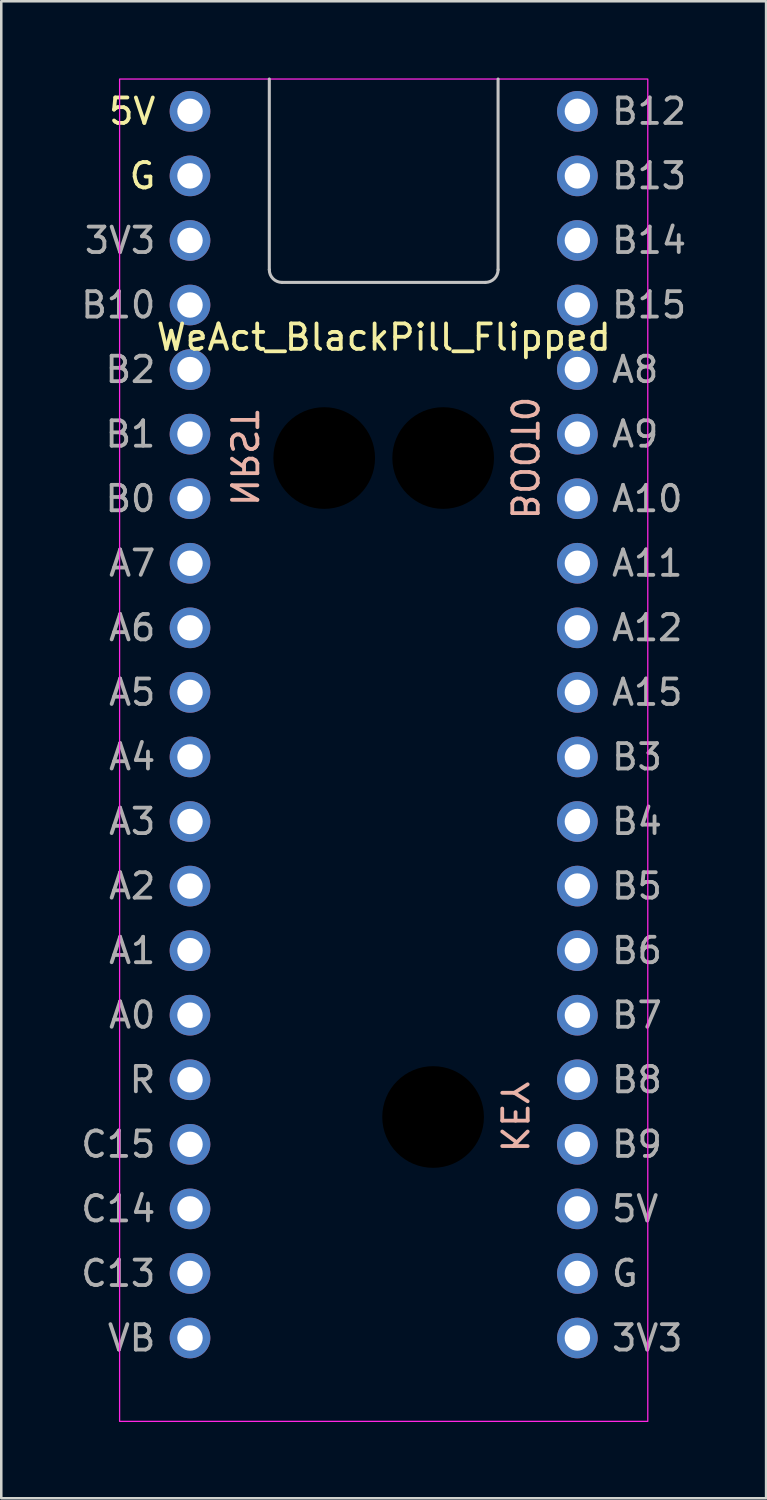
<source format=kicad_pcb>
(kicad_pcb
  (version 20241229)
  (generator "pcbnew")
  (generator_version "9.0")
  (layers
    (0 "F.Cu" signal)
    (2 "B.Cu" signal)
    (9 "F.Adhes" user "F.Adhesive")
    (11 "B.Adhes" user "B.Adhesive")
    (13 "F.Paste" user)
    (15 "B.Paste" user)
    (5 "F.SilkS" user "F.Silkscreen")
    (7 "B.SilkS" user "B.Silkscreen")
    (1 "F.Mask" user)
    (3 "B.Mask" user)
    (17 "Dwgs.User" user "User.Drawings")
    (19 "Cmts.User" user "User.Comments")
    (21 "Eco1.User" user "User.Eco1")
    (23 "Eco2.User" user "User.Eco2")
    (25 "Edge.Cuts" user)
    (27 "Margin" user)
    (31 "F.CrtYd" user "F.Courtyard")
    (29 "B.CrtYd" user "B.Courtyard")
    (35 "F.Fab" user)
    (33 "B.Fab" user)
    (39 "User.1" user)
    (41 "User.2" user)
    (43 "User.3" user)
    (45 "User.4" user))
  (footprint "WeAct_BlackPill_Flipped"
    (layer "F.Cu")
    (at 4.425 1.33)
    (property "Reference" "WeAct_BlackPill_Flipped" (at 7.62 8.89 0) (unlocked yes) (layer "F.SilkS") (effects (font (size 1 1) (thickness 0.15))))
    (attr through_hole)
    (fp_line (start 3.12 -1.27) (end 3.12 6.23) (stroke (width 0.12) (type solid)) (layer "Dwgs.User"))
    (fp_line (start 11.62 6.73) (end 3.62 6.73) (stroke (width 0.12) (type solid)) (layer "Dwgs.User"))
    (fp_line (start 12.12 -1.27) (end 12.12 6.23) (stroke (width 0.12) (type solid)) (layer "Dwgs.User"))
    (fp_arc (start 3.62 6.73) (mid 3.266447 6.583553) (end 3.12 6.23) (stroke (width 0.12) (type solid)) (layer "Dwgs.User"))
    (fp_arc (start 12.12 6.23) (mid 11.973553 6.583553) (end 11.62 6.73) (stroke (width 0.12) (type solid)) (layer "Dwgs.User"))
    (fp_rect (start -2.77 -1.27) (end 18.01 51.54) (stroke (width 0.05) (type solid)) (fill no) (layer "F.CrtYd"))
    (fp_text user "5V" (at -1.27 0 0) (unlocked yes) (layer "F.SilkS") (effects (font (size 1 1) (thickness 0.15)) (justify right)))
    (fp_text user "G" (at -1.27 2.54 0) (unlocked yes) (layer "F.SilkS") (effects (font (size 1 1) (thickness 0.15)) (justify right)))
    (fp_text user "KEY" (at 12.739 39.565 270) (unlocked yes) (layer "B.SilkS") (effects (font (size 1 1) (thickness 0.15)) (justify mirror)))
    (fp_text user "BOOT0" (at 13.135 13.64 270) (unlocked yes) (layer "B.SilkS") (effects (font (size 1 1) (thickness 0.15)) (justify mirror)))
    (fp_text user "NRST" (at 2.105 13.64 270) (unlocked yes) (layer "B.SilkS") (effects (font (size 1 1) (thickness 0.15)) (justify mirror)))
    (fp_text user "A8" (at 16.51 10.16 0) (unlocked yes) (layer "F.Fab") (effects (font (size 1 1) (thickness 0.15)) (justify left)))
    (fp_text user "B4" (at 16.51 27.94 0) (unlocked yes) (layer "F.Fab") (effects (font (size 1 1) (thickness 0.15)) (justify left)))
    (fp_text user "3V3" (at 16.51 48.26 0) (unlocked yes) (layer "F.Fab") (effects (font (size 1 1) (thickness 0.15)) (justify left)))
    (fp_text user "B9" (at 16.51 40.64 0) (unlocked yes) (layer "F.Fab") (effects (font (size 1 1) (thickness 0.15)) (justify left)))
    (fp_text user "A11" (at 16.51 17.78 0) (unlocked yes) (layer "F.Fab") (effects (font (size 1 1) (thickness 0.15)) (justify left)))
    (fp_text user "C14" (at -1.27 43.18 0) (unlocked yes) (layer "F.Fab") (effects (font (size 1 1) (thickness 0.15)) (justify right)))
    (fp_text user "A7" (at -1.27 17.78 0) (unlocked yes) (layer "F.Fab") (effects (font (size 1 1) (thickness 0.15)) (justify right)))
    (fp_text user "B3" (at 16.51 25.4 0) (unlocked yes) (layer "F.Fab") (effects (font (size 1 1) (thickness 0.15)) (justify left)))
    (fp_text user "A9" (at 16.51 12.7 0) (unlocked yes) (layer "F.Fab") (effects (font (size 1 1) (thickness 0.15)) (justify left)))
    (fp_text user "A12" (at 16.51 20.32 0) (unlocked yes) (layer "F.Fab") (effects (font (size 1 1) (thickness 0.15)) (justify left)))
    (fp_text user "A0" (at -1.27 35.56 0) (unlocked yes) (layer "F.Fab") (effects (font (size 1 1) (thickness 0.15)) (justify right)))
    (fp_text user "B6" (at 16.51 33.02 0) (unlocked yes) (layer "F.Fab") (effects (font (size 1 1) (thickness 0.15)) (justify left)))
    (fp_text user "B15" (at 16.51 7.62 0) (unlocked yes) (layer "F.Fab") (effects (font (size 1 1) (thickness 0.15)) (justify left)))
    (fp_text user "B2" (at -1.27 10.16 0) (unlocked yes) (layer "F.Fab") (effects (font (size 1 1) (thickness 0.15)) (justify right)))
    (fp_text user "A4" (at -1.27 25.4 0) (unlocked yes) (layer "F.Fab") (effects (font (size 1 1) (thickness 0.15)) (justify right)))
    (fp_text user "B10" (at -1.27 7.62 0) (unlocked yes) (layer "F.Fab") (effects (font (size 1 1) (thickness 0.15)) (justify right)))
    (fp_text user "B12" (at 16.51 0 0) (unlocked yes) (layer "F.Fab") (effects (font (size 1 1) (thickness 0.15)) (justify left)))
    (fp_text user "A2" (at -1.27 30.48 0) (unlocked yes) (layer "F.Fab") (effects (font (size 1 1) (thickness 0.15)) (justify right)))
    (fp_text user "5V" (at 16.51 43.18 0) (unlocked yes) (layer "F.Fab") (effects (font (size 1 1) (thickness 0.15)) (justify left)))
    (fp_text user "A1" (at -1.27 33.02 0) (unlocked yes) (layer "F.Fab") (effects (font (size 1 1) (thickness 0.15)) (justify right)))
    (fp_text user "C13" (at -1.27 45.72 0) (unlocked yes) (layer "F.Fab") (effects (font (size 1 1) (thickness 0.15)) (justify right)))
    (fp_text user "C15" (at -1.27 40.64 0) (unlocked yes) (layer "F.Fab") (effects (font (size 1 1) (thickness 0.15)) (justify right)))
    (fp_text user "R" (at -1.27 38.1 0) (unlocked yes) (layer "F.Fab") (effects (font (size 1 1) (thickness 0.15)) (justify right)))
    (fp_text user "3V3" (at -1.27 5.08 0) (unlocked yes) (layer "F.Fab") (effects (font (size 1 1) (thickness 0.15)) (justify right)))
    (fp_text user "A10" (at 16.51 15.24 0) (unlocked yes) (layer "F.Fab") (effects (font (size 1 1) (thickness 0.15)) (justify left)))
    (fp_text user "A6" (at -1.27 20.32 0) (unlocked yes) (layer "F.Fab") (effects (font (size 1 1) (thickness 0.15)) (justify right)))
    (fp_text user "A15" (at 16.51 22.86 0) (unlocked yes) (layer "F.Fab") (effects (font (size 1 1) (thickness 0.15)) (justify left)))
    (fp_text user "B5" (at 16.51 30.48 0) (unlocked yes) (layer "F.Fab") (effects (font (size 1 1) (thickness 0.15)) (justify left)))
    (fp_text user "B7" (at 16.51 35.56 0) (unlocked yes) (layer "F.Fab") (effects (font (size 1 1) (thickness 0.15)) (justify left)))
    (fp_text user "G" (at 16.51 45.72 0) (unlocked yes) (layer "F.Fab") (effects (font (size 1 1) (thickness 0.15)) (justify left)))
    (fp_text user "VB" (at -1.27 48.26 0) (unlocked yes) (layer "F.Fab") (effects (font (size 1 1) (thickness 0.15)) (justify right)))
    (fp_text user "A5" (at -1.27 22.86 0) (unlocked yes) (layer "F.Fab") (effects (font (size 1 1) (thickness 0.15)) (justify right)))
    (fp_text user "B8" (at 16.51 38.1 0) (unlocked yes) (layer "F.Fab") (effects (font (size 1 1) (thickness 0.15)) (justify left)))
    (fp_text user "A3" (at -1.27 27.94 0) (unlocked yes) (layer "F.Fab") (effects (font (size 1 1) (thickness 0.15)) (justify right)))
    (fp_text user "B14" (at 16.51 5.08 0) (unlocked yes) (layer "F.Fab") (effects (font (size 1 1) (thickness 0.15)) (justify left)))
    (fp_text user "B0" (at -1.27 15.24 0) (unlocked yes) (layer "F.Fab") (effects (font (size 1 1) (thickness 0.15)) (justify right)))
    (fp_text user "B1" (at -1.27 12.7 0) (unlocked yes) (layer "F.Fab") (effects (font (size 1 1) (thickness 0.15)) (justify right)))
    (fp_text user "B13" (at 16.51 2.54 0) (unlocked yes) (layer "F.Fab") (effects (font (size 1 1) (thickness 0.15)) (justify left)))
    (pad "" np_thru_hole circle (at 5.28 13.64) (size 4 4) (drill 4) (layers "*.Mask"))
    (pad "" np_thru_hole circle (at 9.564 39.565) (size 4 4) (drill 4) (layers "*.Mask"))
    (pad "" np_thru_hole circle (at 9.96 13.64) (size 4 4) (drill 4) (layers "*.Mask"))
    (pad "1" thru_hole circle (at 0 0) (size 1.6 1.6) (drill 1) (layers "*.Cu" "*.Mask"))
    (pad "2" thru_hole circle (at 0 2.54) (size 1.6 1.6) (drill 1) (layers "*.Cu" "*.Mask"))
    (pad "3" thru_hole circle (at 0 5.08) (size 1.6 1.6) (drill 1) (layers "*.Cu" "*.Mask"))
    (pad "4" thru_hole circle (at 0 7.62) (size 1.6 1.6) (drill 1) (layers "*.Cu" "*.Mask"))
    (pad "5" thru_hole circle (at 0 10.16) (size 1.6 1.6) (drill 1) (layers "*.Cu" "*.Mask"))
    (pad "6" thru_hole circle (at 0 12.7) (size 1.6 1.6) (drill 1) (layers "*.Cu" "*.Mask"))
    (pad "7" thru_hole circle (at 0 15.24) (size 1.6 1.6) (drill 1) (layers "*.Cu" "*.Mask"))
    (pad "8" thru_hole circle (at 0 17.78) (size 1.6 1.6) (drill 1) (layers "*.Cu" "*.Mask"))
    (pad "9" thru_hole circle (at 0 20.32) (size 1.6 1.6) (drill 1) (layers "*.Cu" "*.Mask"))
    (pad "10" thru_hole circle (at 0 22.86) (size 1.6 1.6) (drill 1) (layers "*.Cu" "*.Mask"))
    (pad "11" thru_hole circle (at 0 25.4) (size 1.6 1.6) (drill 1) (layers "*.Cu" "*.Mask"))
    (pad "12" thru_hole circle (at 0 27.94) (size 1.6 1.6) (drill 1) (layers "*.Cu" "*.Mask"))
    (pad "13" thru_hole circle (at 0 30.48) (size 1.6 1.6) (drill 1) (layers "*.Cu" "*.Mask"))
    (pad "14" thru_hole circle (at 0 33.02) (size 1.6 1.6) (drill 1) (layers "*.Cu" "*.Mask"))
    (pad "15" thru_hole circle (at 0 35.56) (size 1.6 1.6) (drill 1) (layers "*.Cu" "*.Mask"))
    (pad "16" thru_hole circle (at 0 38.1) (size 1.6 1.6) (drill 1) (layers "*.Cu" "*.Mask"))
    (pad "17" thru_hole circle (at 0 40.64) (size 1.6 1.6) (drill 1) (layers "*.Cu" "*.Mask"))
    (pad "18" thru_hole circle (at 0 43.18) (size 1.6 1.6) (drill 1) (layers "*.Cu" "*.Mask"))
    (pad "19" thru_hole circle (at 0 45.72) (size 1.6 1.6) (drill 1) (layers "*.Cu" "*.Mask"))
    (pad "20" thru_hole circle (at 0 48.26) (size 1.6 1.6) (drill 1) (layers "*.Cu" "*.Mask"))
    (pad "21" thru_hole circle (at 15.24 48.26) (size 1.6 1.6) (drill 1) (layers "*.Cu" "*.Mask"))
    (pad "22" thru_hole circle (at 15.24 45.72) (size 1.6 1.6) (drill 1) (layers "*.Cu" "*.Mask"))
    (pad "23" thru_hole circle (at 15.24 43.18) (size 1.6 1.6) (drill 1) (layers "*.Cu" "*.Mask"))
    (pad "24" thru_hole circle (at 15.24 40.64) (size 1.6 1.6) (drill 1) (layers "*.Cu" "*.Mask"))
    (pad "25" thru_hole circle (at 15.24 38.1) (size 1.6 1.6) (drill 1) (layers "*.Cu" "*.Mask"))
    (pad "26" thru_hole circle (at 15.24 35.56) (size 1.6 1.6) (drill 1) (layers "*.Cu" "*.Mask"))
    (pad "27" thru_hole circle (at 15.24 33.02) (size 1.6 1.6) (drill 1) (layers "*.Cu" "*.Mask"))
    (pad "28" thru_hole circle (at 15.24 30.48) (size 1.6 1.6) (drill 1) (layers "*.Cu" "*.Mask"))
    (pad "29" thru_hole circle (at 15.24 27.94) (size 1.6 1.6) (drill 1) (layers "*.Cu" "*.Mask"))
    (pad "30" thru_hole circle (at 15.24 25.4) (size 1.6 1.6) (drill 1) (layers "*.Cu" "*.Mask"))
    (pad "31" thru_hole circle (at 15.24 22.86) (size 1.6 1.6) (drill 1) (layers "*.Cu" "*.Mask"))
    (pad "32" thru_hole circle (at 15.24 20.32) (size 1.6 1.6) (drill 1) (layers "*.Cu" "*.Mask"))
    (pad "33" thru_hole circle (at 15.24 17.78) (size 1.6 1.6) (drill 1) (layers "*.Cu" "*.Mask"))
    (pad "34" thru_hole circle (at 15.24 15.24) (size 1.6 1.6) (drill 1) (layers "*.Cu" "*.Mask"))
    (pad "35" thru_hole circle (at 15.24 12.7) (size 1.6 1.6) (drill 1) (layers "*.Cu" "*.Mask"))
    (pad "36" thru_hole circle (at 15.24 10.16) (size 1.6 1.6) (drill 1) (layers "*.Cu" "*.Mask"))
    (pad "37" thru_hole circle (at 15.24 7.62) (size 1.6 1.6) (drill 1) (layers "*.Cu" "*.Mask"))
    (pad "38" thru_hole circle (at 15.24 5.08) (size 1.6 1.6) (drill 1) (layers "*.Cu" "*.Mask"))
    (pad "39" thru_hole circle (at 15.24 2.54) (size 1.6 1.6) (drill 1) (layers "*.Cu" "*.Mask"))
    (pad "40" thru_hole circle (at 15.24 0) (size 1.6 1.6) (drill 1) (layers "*.Cu" "*.Mask")))
  (gr_rect
    (start -3 -3)
    (end 27.09 55.895)
    (stroke (width 0.1) (type default))
    (fill no)
    (layer "Edge.Cuts")))
</source>
